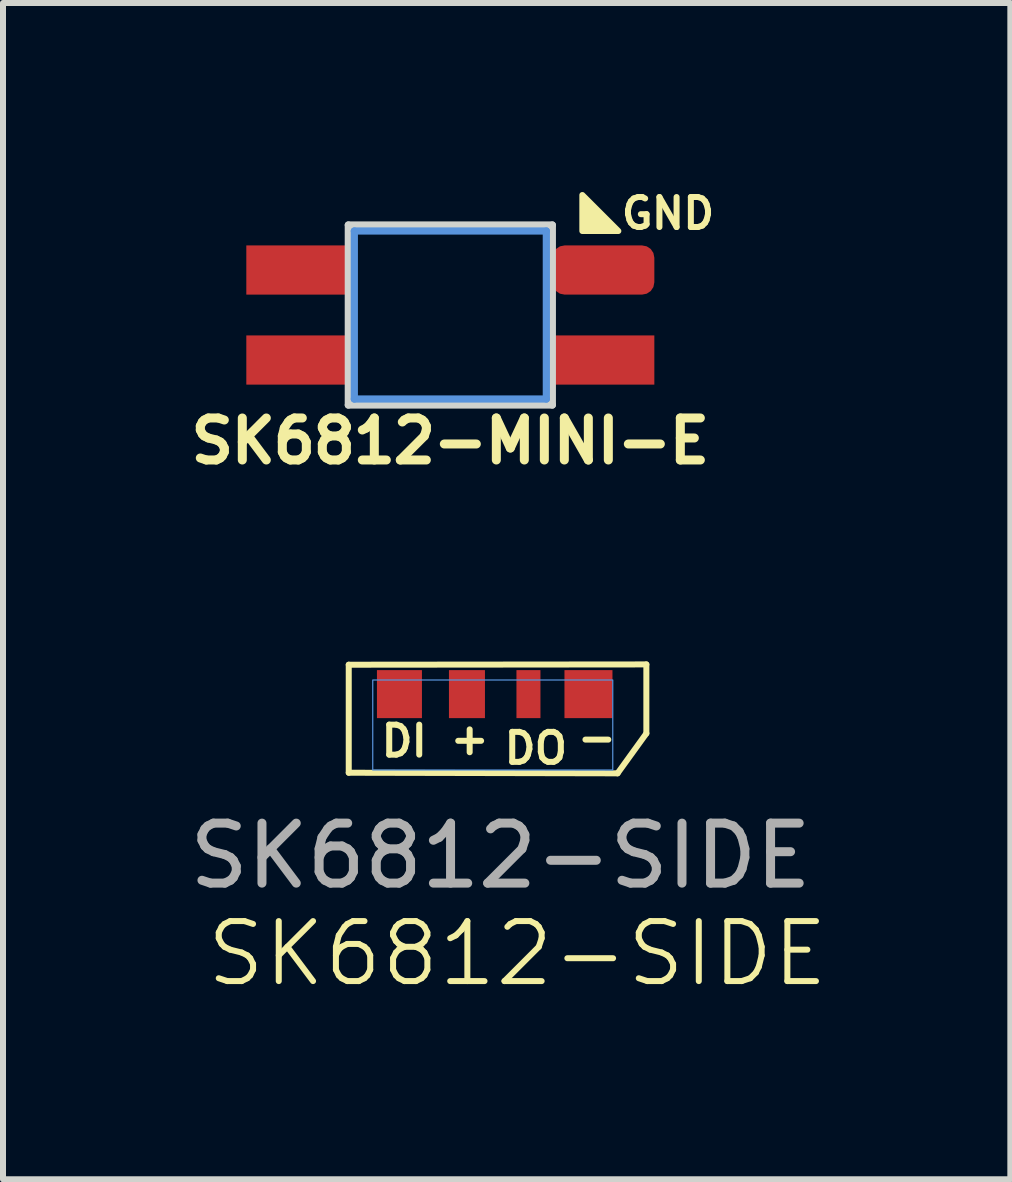
<source format=kicad_pcb>
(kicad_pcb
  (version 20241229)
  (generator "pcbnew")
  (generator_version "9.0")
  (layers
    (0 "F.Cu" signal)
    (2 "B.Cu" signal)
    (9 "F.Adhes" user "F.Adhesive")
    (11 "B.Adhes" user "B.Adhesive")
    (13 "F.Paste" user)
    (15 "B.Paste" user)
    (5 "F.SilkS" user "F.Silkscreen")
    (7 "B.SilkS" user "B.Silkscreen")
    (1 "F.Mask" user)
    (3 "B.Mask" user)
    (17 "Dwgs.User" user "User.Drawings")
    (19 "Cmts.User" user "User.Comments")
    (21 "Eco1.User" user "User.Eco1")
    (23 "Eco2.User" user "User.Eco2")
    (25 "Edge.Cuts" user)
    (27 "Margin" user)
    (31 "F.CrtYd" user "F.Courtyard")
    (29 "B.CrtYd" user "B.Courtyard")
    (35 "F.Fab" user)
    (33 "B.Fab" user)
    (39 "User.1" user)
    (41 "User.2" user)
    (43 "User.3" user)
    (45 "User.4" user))
  (footprint "SK6812-SIDE"
    (layer "F.Cu")
    (at 5.292 8.713)
    (property "Reference" "SK6812-SIDE" (at 0.28 4.13 0) (unlocked yes) (layer "F.SilkS") (effects (font (size 1 1) (thickness 0.1))))
    (attr smd)
    (fp_line (start -2.53 -0.685) (end -2.53 1.115) (stroke (width 0.1) (type default)) (layer "F.SilkS"))
    (fp_line (start -2.53 1.115) (end 1.95 1.125) (stroke (width 0.1) (type default)) (layer "F.SilkS"))
    (fp_line (start 1.95 1.125) (end 2.43 0.46) (stroke (width 0.1) (type default)) (layer "F.SilkS"))
    (fp_line (start 2.43 -0.69) (end -2.53 -0.685) (stroke (width 0.1) (type default)) (layer "F.SilkS"))
    (fp_line (start 2.43 0.46) (end 2.43 -0.69) (stroke (width 0.1) (type default)) (layer "F.SilkS"))
    (fp_rect (start -2.13 -0.43) (end 1.87 1.07) (stroke (width 0.02) (type default)) (fill no) (layer "Cmts.User"))
    (fp_text user "+" (at -0.89 0.84 0) (unlocked yes) (layer "F.SilkS") (effects (font (size 0.5 0.5) (thickness 0.1)) (justify left bottom)))
    (fp_text user "DO" (at 0.01 1 0) (unlocked yes) (layer "F.SilkS") (effects (font (size 0.5 0.5) (thickness 0.1)) (justify left bottom)))
    (fp_text user "-" (at 1.23 0.82 0) (unlocked yes) (layer "F.SilkS") (effects (font (size 0.5 0.5) (thickness 0.1)) (justify left bottom)))
    (fp_text user "DI" (at -2.04 0.88 0) (unlocked yes) (layer "F.SilkS") (effects (font (size 0.5 0.5) (thickness 0.1)) (justify left bottom)))
    (fp_text user "${REFERENCE}" (at 0 2.5 0) (unlocked yes) (layer "F.Fab") (effects (font (size 1 1) (thickness 0.15))))
    (pad "1" smd rect (at -0.56 -0.195) (size 0.6 0.8) (layers "F.Cu" "F.Mask" "F.Paste"))
    (pad "2" smd rect (at 0.465 -0.195) (size 0.4 0.8) (layers "F.Cu" "F.Mask" "F.Paste"))
    (pad "3" smd rect (at 1.465 -0.195) (size 0.8 0.8) (layers "F.Cu" "F.Mask" "F.Paste"))
    (pad "4" smd rect (at -1.685 -0.195) (size 0.75 0.8) (layers "F.Cu" "F.Mask" "F.Paste")))
  (footprint "SK6812-MINI-E"
    (layer "F.Cu")
    (at 4.455 2.2)
    (property "Reference" "SK6812-MINI-E" (at 0 2.1 0) (unlocked yes) (layer "F.SilkS") (effects (font (size 0.7 0.7) (thickness 0.15))))
    (attr through_hole)
    (fp_poly (pts (xy 2.8 -1.4) (xy 2.2 -1.4) (xy 2.2 -2)) (stroke (width 0.1) (type solid)) (fill yes) (layer "F.SilkS"))
    (fp_line (start -1.6 -1.4) (end 1.6 -1.4) (stroke (width 0.12) (type solid)) (layer "Cmts.User"))
    (fp_line (start -1.6 1.4) (end -1.6 -1.4) (stroke (width 0.12) (type solid)) (layer "Cmts.User"))
    (fp_line (start 1.6 -1.4) (end 1.6 1.4) (stroke (width 0.12) (type solid)) (layer "Cmts.User"))
    (fp_line (start 1.6 1.4) (end -1.6 1.4) (stroke (width 0.12) (type solid)) (layer "Cmts.User"))
    (fp_line (start -1.7 -1.5) (end 1.7 -1.5) (stroke (width 0.12) (type solid)) (layer "Edge.Cuts"))
    (fp_line (start -1.7 1.5) (end -1.7 -1.5) (stroke (width 0.12) (type solid)) (layer "Edge.Cuts"))
    (fp_line (start 1.7 -1.5) (end 1.7 1.5) (stroke (width 0.12) (type solid)) (layer "Edge.Cuts"))
    (fp_line (start 1.7 1.5) (end -1.7 1.5) (stroke (width 0.12) (type solid)) (layer "Edge.Cuts"))
    (fp_text user "GND" (at 2.8 -1.4 0) (unlocked yes) (layer "F.SilkS") (effects (font (size 0.5 0.5) (thickness 0.1)) (justify left bottom)))
    (pad "1" smd rect (at -2.55 0.75) (size 1.7 0.82) (layers "F.Cu" "F.Mask" "F.Paste"))
    (pad "2" smd rect (at -2.55 -0.75) (size 1.7 0.82) (layers "F.Cu" "F.Mask" "F.Paste"))
    (pad "3" smd roundrect (at 2.55 -0.75) (size 1.7 0.82) (layers "F.Cu" "F.Mask" "F.Paste") (roundrect_rratio 0.25))
    (pad "4" smd rect (at 2.55 0.75) (size 1.7 0.82) (layers "F.Cu" "F.Mask" "F.Paste")))
  (gr_rect
    (start -3 -3)
    (end 13.788 16.603)
    (stroke (width 0.1) (type default))
    (fill no)
    (layer "Edge.Cuts")))
</source>
